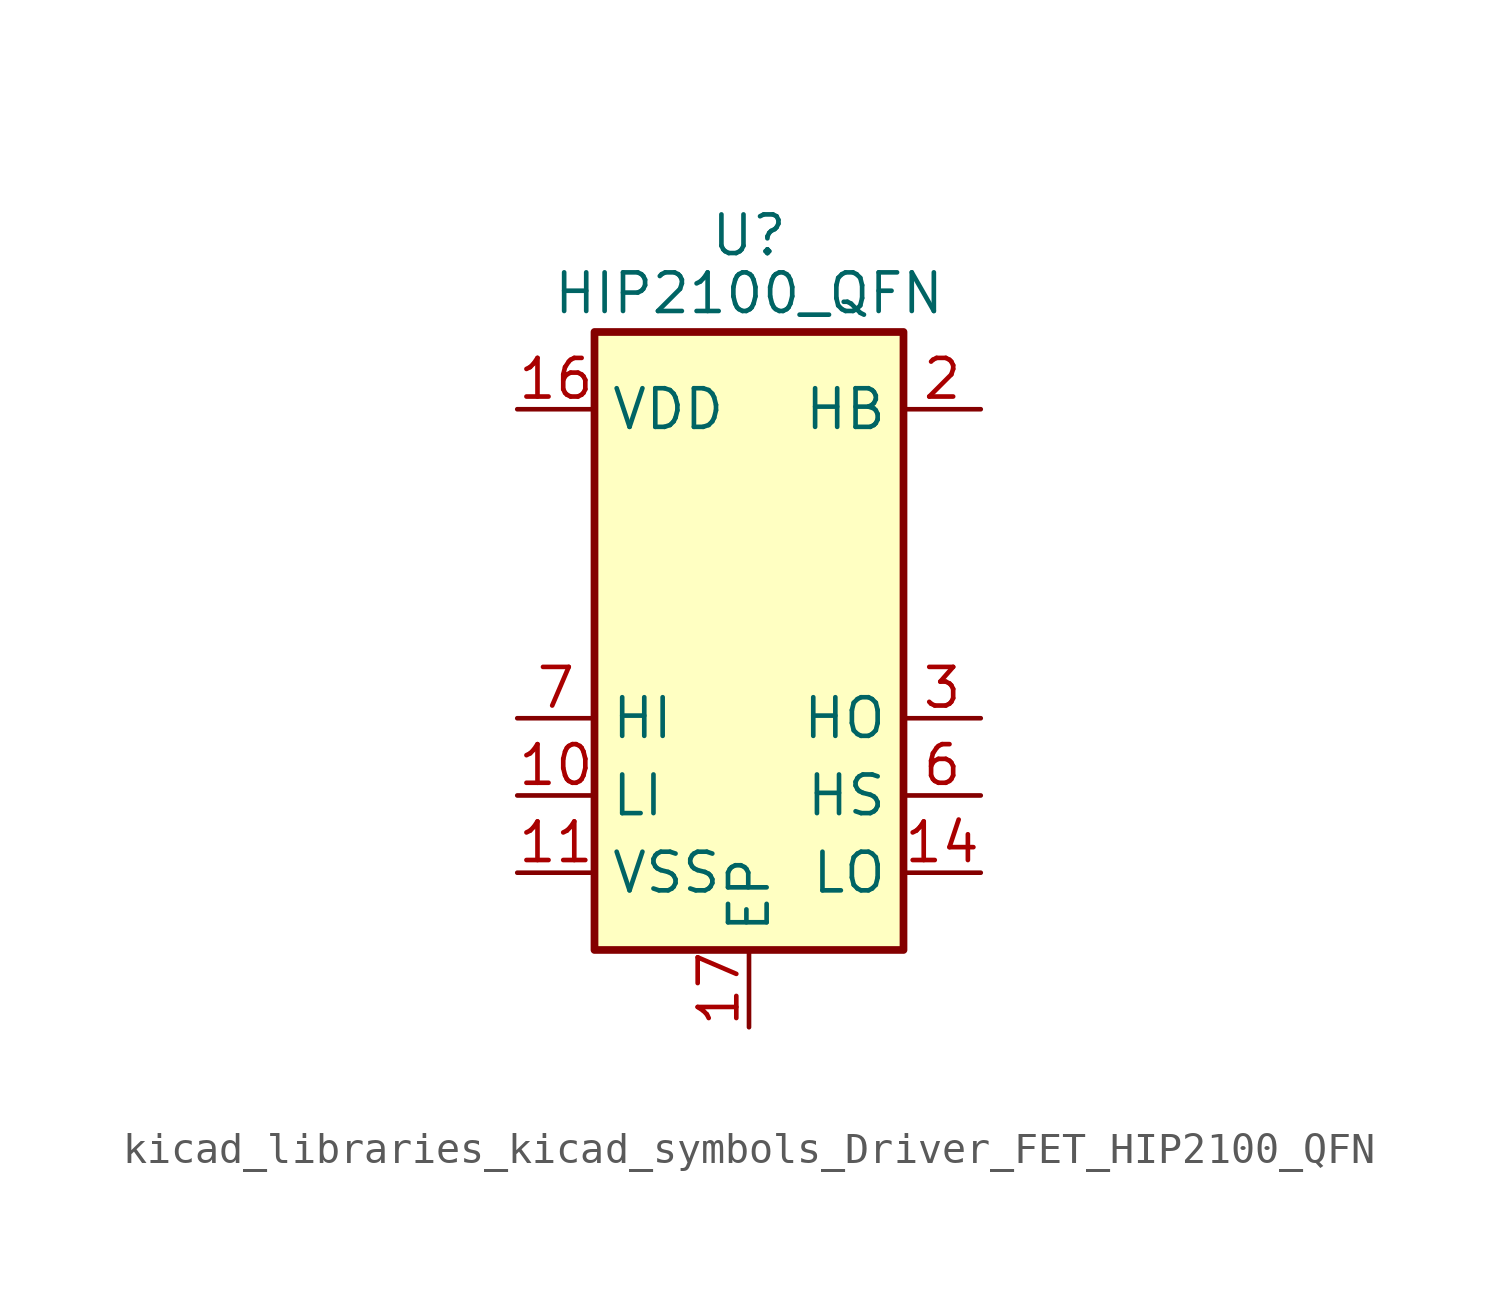
<source format=kicad_sym>
(kicad_symbol_lib
  (version 20220914)
  (generator kicad_symbol_editor)
  (symbol "kicad_libraries_kicad_symbols_Driver_FET_HIP2100_QFN"
    (property "Reference" "U"
      (at 0 13.335 0)
      (effects (font (size 1.27 1.27))))
    (property "Value" "HIP2100_QFN"
      (at 0 11.43 0)
      (effects (font (size 1.27 1.27))))
    (symbol "kicad_libraries_kicad_symbols_Driver_FET_HIP2100_QFN_0_1"
      (rectangle (start -5.08 -10.16) (end 5.08 10.16) (stroke (width 0.254) (type default)) (fill (type background))))
    (symbol "kicad_libraries_kicad_symbols_Driver_FET_HIP2100_QFN_1_1"
      (pin no_connect line (at -5.08 5.08 0) (length 2.54) hide (name "NC" (effects (font (size 1.27 1.27)))) (number "1" (effects (font (size 1.27 1.27)))))
      (pin input line (at -7.62 -5.08 0) (length 2.54) (name "LI" (effects (font (size 1.27 1.27)))) (number "10" (effects (font (size 1.27 1.27)))))
      (pin power_in line (at -7.62 -7.62 0) (length 2.54) (name "VSS" (effects (font (size 1.27 1.27)))) (number "11" (effects (font (size 1.27 1.27)))))
      (pin no_connect line (at 5.08 2.54 180) (length 2.54) hide (name "NC" (effects (font (size 1.27 1.27)))) (number "12" (effects (font (size 1.27 1.27)))))
      (pin no_connect line (at 5.08 0 180) (length 2.54) hide (name "NC" (effects (font (size 1.27 1.27)))) (number "13" (effects (font (size 1.27 1.27)))))
      (pin output line (at 7.62 -7.62 180) (length 2.54) (name "LO" (effects (font (size 1.27 1.27)))) (number "14" (effects (font (size 1.27 1.27)))))
      (pin no_connect line (at 5.08 -10.16 180) (length 2.54) hide (name "NC" (effects (font (size 1.27 1.27)))) (number "15" (effects (font (size 1.27 1.27)))))
      (pin power_in line (at -7.62 7.62 0) (length 2.54) (name "VDD" (effects (font (size 1.27 1.27)))) (number "16" (effects (font (size 1.27 1.27)))))
      (pin output line (at 0 -12.7 90) (length 2.54) (name "EP" (effects (font (size 1.27 1.27)))) (number "17" (effects (font (size 1.27 1.27)))))
      (pin passive line (at 7.62 7.62 180) (length 2.54) (name "HB" (effects (font (size 1.27 1.27)))) (number "2" (effects (font (size 1.27 1.27)))))
      (pin output line (at 7.62 -2.54 180) (length 2.54) (name "HO" (effects (font (size 1.27 1.27)))) (number "3" (effects (font (size 1.27 1.27)))))
      (pin no_connect line (at -5.08 2.54 0) (length 2.54) hide (name "NC" (effects (font (size 1.27 1.27)))) (number "4" (effects (font (size 1.27 1.27)))))
      (pin no_connect line (at -5.08 0 0) (length 2.54) hide (name "NC" (effects (font (size 1.27 1.27)))) (number "5" (effects (font (size 1.27 1.27)))))
      (pin passive line (at 7.62 -5.08 180) (length 2.54) (name "HS" (effects (font (size 1.27 1.27)))) (number "6" (effects (font (size 1.27 1.27)))))
      (pin input line (at -7.62 -2.54 0) (length 2.54) (name "HI" (effects (font (size 1.27 1.27)))) (number "7" (effects (font (size 1.27 1.27)))))
      (pin no_connect line (at -5.08 -10.16 0) (length 2.54) hide (name "NC" (effects (font (size 1.27 1.27)))) (number "8" (effects (font (size 1.27 1.27)))))
      (pin no_connect line (at 5.08 5.08 180) (length 2.54) hide (name "NC" (effects (font (size 1.27 1.27)))) (number "9" (effects (font (size 1.27 1.27))))))))
</source>
